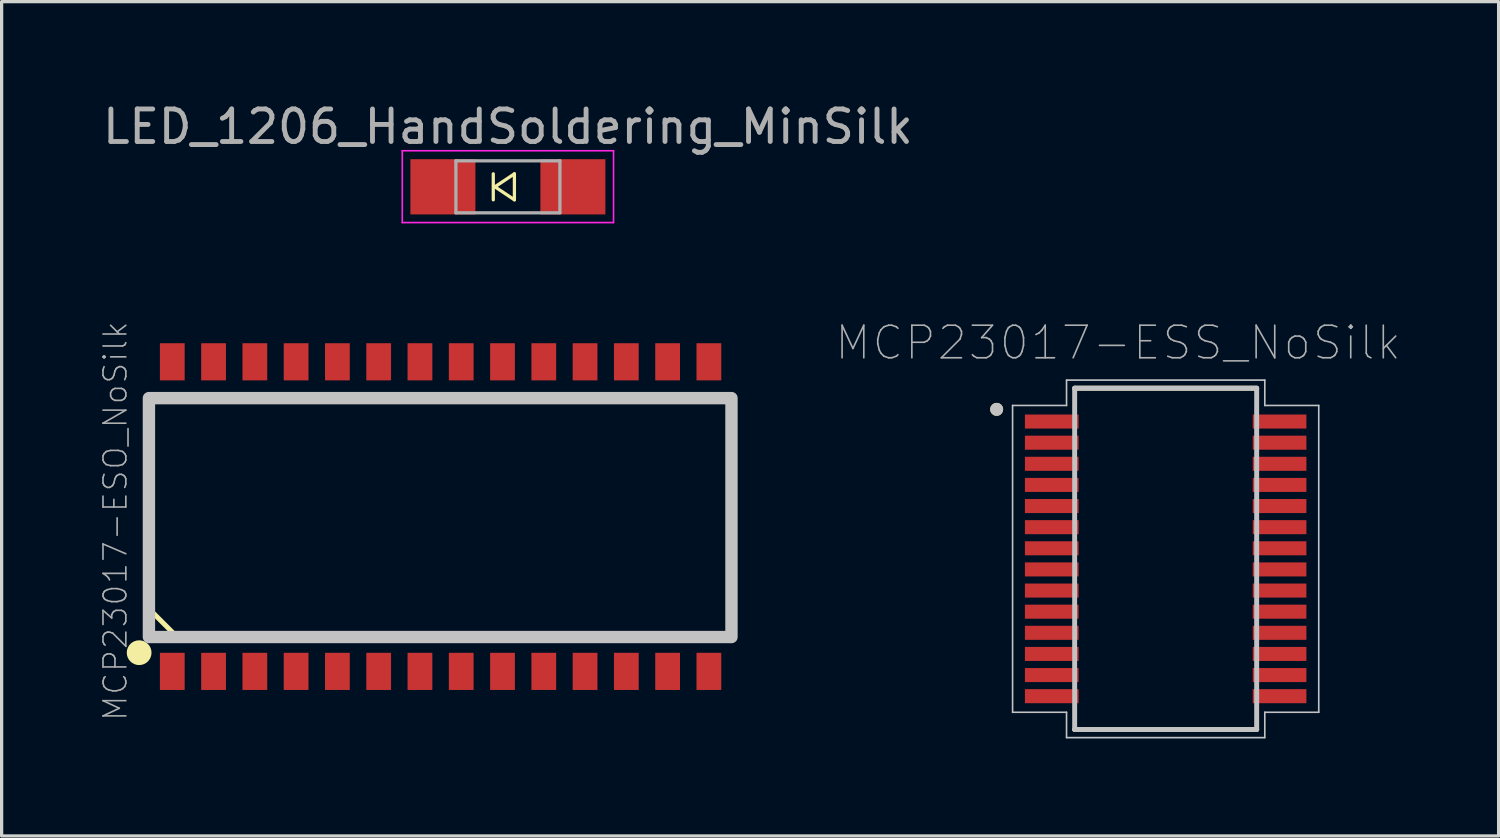
<source format=kicad_pcb>
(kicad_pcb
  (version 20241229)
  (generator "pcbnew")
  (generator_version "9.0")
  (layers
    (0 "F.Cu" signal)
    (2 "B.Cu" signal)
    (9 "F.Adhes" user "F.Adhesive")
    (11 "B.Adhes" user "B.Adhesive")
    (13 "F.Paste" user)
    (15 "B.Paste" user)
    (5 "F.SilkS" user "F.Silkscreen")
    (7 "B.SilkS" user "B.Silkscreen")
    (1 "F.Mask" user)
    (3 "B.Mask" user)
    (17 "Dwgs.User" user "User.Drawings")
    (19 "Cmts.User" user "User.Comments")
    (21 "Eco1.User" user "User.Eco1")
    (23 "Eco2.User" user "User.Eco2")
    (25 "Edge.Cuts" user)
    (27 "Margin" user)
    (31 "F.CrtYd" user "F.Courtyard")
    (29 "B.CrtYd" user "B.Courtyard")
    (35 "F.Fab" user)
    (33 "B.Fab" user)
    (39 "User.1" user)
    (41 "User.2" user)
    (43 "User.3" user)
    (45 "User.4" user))
  (footprint "MCP23017-ESS_NoSilk"
    (layer "F.Cu")
    (at 32.815 14.145)
    (property "Reference" "MCP23017-ESS_NoSilk" (at -1.463 -6.648 0) (layer "F.Fab") (effects (font (size 1.002 1.002) (thickness 0.05))))
    (attr smd)
    (fp_line (start -2.8 -5.25) (end 2.8 -5.25) (stroke (width 0.152) (type solid)) (layer "F.SilkS"))
    (fp_line (start 2.8 5.25) (end -2.8 5.25) (stroke (width 0.152) (type solid)) (layer "F.SilkS"))
    (fp_circle (center -5.2 -4.6) (end -5.1 -4.6) (stroke (width 0.2) (type solid)) (fill no) (layer "F.SilkS"))
    (fp_line (start -4.71 -4.72) (end -3.05 -4.72) (stroke (width 0.05) (type solid)) (layer "Dwgs.User"))
    (fp_line (start -4.71 4.72) (end -4.71 -4.72) (stroke (width 0.05) (type solid)) (layer "Dwgs.User"))
    (fp_line (start -3.05 -5.5) (end 3.05 -5.5) (stroke (width 0.05) (type solid)) (layer "Dwgs.User"))
    (fp_line (start -3.05 -4.72) (end -3.05 -5.5) (stroke (width 0.05) (type solid)) (layer "Dwgs.User"))
    (fp_line (start -3.05 4.72) (end -4.71 4.72) (stroke (width 0.05) (type solid)) (layer "Dwgs.User"))
    (fp_line (start -3.05 5.5) (end -3.05 4.72) (stroke (width 0.05) (type solid)) (layer "Dwgs.User"))
    (fp_line (start -2.8 -5.25) (end 2.8 -5.25) (stroke (width 0.152) (type solid)) (layer "Dwgs.User"))
    (fp_line (start -2.8 5.25) (end -2.8 -5.25) (stroke (width 0.152) (type solid)) (layer "Dwgs.User"))
    (fp_line (start 2.8 -5.25) (end 2.8 5.25) (stroke (width 0.152) (type solid)) (layer "Dwgs.User"))
    (fp_line (start 2.8 5.25) (end -2.8 5.25) (stroke (width 0.152) (type solid)) (layer "Dwgs.User"))
    (fp_line (start 3.05 -5.5) (end 3.05 -4.72) (stroke (width 0.05) (type solid)) (layer "Dwgs.User"))
    (fp_line (start 3.05 -4.72) (end 4.71 -4.72) (stroke (width 0.05) (type solid)) (layer "Dwgs.User"))
    (fp_line (start 3.05 4.72) (end 3.05 5.5) (stroke (width 0.05) (type solid)) (layer "Dwgs.User"))
    (fp_line (start 3.05 5.5) (end -3.05 5.5) (stroke (width 0.05) (type solid)) (layer "Dwgs.User"))
    (fp_line (start 4.71 -4.72) (end 4.71 4.72) (stroke (width 0.05) (type solid)) (layer "Dwgs.User"))
    (fp_line (start 4.71 4.72) (end 3.05 4.72) (stroke (width 0.05) (type solid)) (layer "Dwgs.User"))
    (fp_circle (center -5.2 -4.6) (end -5.1 -4.6) (stroke (width 0.2) (type solid)) (fill no) (layer "Dwgs.User"))
    (pad "1" smd rect (at -3.505 -4.225) (size 1.651 0.432) (layers "F.Cu" "F.Mask" "F.Paste"))
    (pad "2" smd rect (at -3.505 -3.575) (size 1.651 0.432) (layers "F.Cu" "F.Mask" "F.Paste"))
    (pad "3" smd rect (at -3.505 -2.925) (size 1.651 0.432) (layers "F.Cu" "F.Mask" "F.Paste"))
    (pad "4" smd rect (at -3.505 -2.275) (size 1.651 0.432) (layers "F.Cu" "F.Mask" "F.Paste"))
    (pad "5" smd rect (at -3.505 -1.625) (size 1.651 0.432) (layers "F.Cu" "F.Mask" "F.Paste"))
    (pad "6" smd rect (at -3.505 -0.975) (size 1.651 0.432) (layers "F.Cu" "F.Mask" "F.Paste"))
    (pad "7" smd rect (at -3.505 -0.325) (size 1.651 0.432) (layers "F.Cu" "F.Mask" "F.Paste"))
    (pad "8" smd rect (at -3.505 0.325) (size 1.651 0.432) (layers "F.Cu" "F.Mask" "F.Paste"))
    (pad "9" smd rect (at -3.505 0.975) (size 1.651 0.432) (layers "F.Cu" "F.Mask" "F.Paste"))
    (pad "10" smd rect (at -3.505 1.625) (size 1.651 0.432) (layers "F.Cu" "F.Mask" "F.Paste"))
    (pad "11" smd rect (at -3.505 2.275) (size 1.651 0.432) (layers "F.Cu" "F.Mask" "F.Paste"))
    (pad "12" smd rect (at -3.505 2.925) (size 1.651 0.432) (layers "F.Cu" "F.Mask" "F.Paste"))
    (pad "13" smd rect (at -3.505 3.575) (size 1.651 0.432) (layers "F.Cu" "F.Mask" "F.Paste"))
    (pad "14" smd rect (at -3.505 4.225) (size 1.651 0.432) (layers "F.Cu" "F.Mask" "F.Paste"))
    (pad "15" smd rect (at 3.505 4.225) (size 1.651 0.432) (layers "F.Cu" "F.Mask" "F.Paste"))
    (pad "16" smd rect (at 3.505 3.575) (size 1.651 0.432) (layers "F.Cu" "F.Mask" "F.Paste"))
    (pad "17" smd rect (at 3.505 2.925) (size 1.651 0.432) (layers "F.Cu" "F.Mask" "F.Paste"))
    (pad "18" smd rect (at 3.505 2.275) (size 1.651 0.432) (layers "F.Cu" "F.Mask" "F.Paste"))
    (pad "19" smd rect (at 3.505 1.625) (size 1.651 0.432) (layers "F.Cu" "F.Mask" "F.Paste"))
    (pad "20" smd rect (at 3.505 0.975) (size 1.651 0.432) (layers "F.Cu" "F.Mask" "F.Paste"))
    (pad "21" smd rect (at 3.505 0.325) (size 1.651 0.432) (layers "F.Cu" "F.Mask" "F.Paste"))
    (pad "22" smd rect (at 3.505 -0.325) (size 1.651 0.432) (layers "F.Cu" "F.Mask" "F.Paste"))
    (pad "23" smd rect (at 3.505 -0.975) (size 1.651 0.432) (layers "F.Cu" "F.Mask" "F.Paste"))
    (pad "24" smd rect (at 3.505 -1.625) (size 1.651 0.432) (layers "F.Cu" "F.Mask" "F.Paste"))
    (pad "25" smd rect (at 3.505 -2.275) (size 1.651 0.432) (layers "F.Cu" "F.Mask" "F.Paste"))
    (pad "26" smd rect (at 3.505 -2.925) (size 1.651 0.432) (layers "F.Cu" "F.Mask" "F.Paste"))
    (pad "27" smd rect (at 3.505 -3.575) (size 1.651 0.432) (layers "F.Cu" "F.Mask" "F.Paste"))
    (pad "28" smd rect (at 3.505 -4.225) (size 1.651 0.432) (layers "F.Cu" "F.Mask" "F.Paste")))
  (footprint "MCP23017-ESO_NoSilk"
    (layer "F.Cu")
    (at 10.506 12.857)
    (property "Reference" "MCP23017-ESO_NoSilk" (at -10.007 0.127 90) (layer "F.Fab") (effects (font (size 0.703 0.703) (thickness 0.05))))
    (attr smd)
    (fp_line (start -8.95 -3.75) (end -8.95 2.848) (stroke (width 0.152) (type solid)) (layer "F.SilkS"))
    (fp_line (start -8.95 2.848) (end -8.048 3.75) (stroke (width 0.152) (type solid)) (layer "F.SilkS"))
    (fp_line (start -8.048 3.75) (end 8.95 3.75) (stroke (width 0.152) (type solid)) (layer "F.SilkS"))
    (fp_line (start 8.95 -3.75) (end -8.95 -3.75) (stroke (width 0.152) (type solid)) (layer "F.SilkS"))
    (fp_line (start 8.95 3.75) (end 8.95 -3.75) (stroke (width 0.152) (type solid)) (layer "F.SilkS"))
    (fp_circle (center -9.275 4.175) (end -8.894 4.175) (stroke (width 0) (type solid)) (fill yes) (layer "F.SilkS"))
    (fp_poly (pts (xy -8.974 -3.658) (xy 8.95 -3.658) (xy 8.95 3.693) (xy -8.974 3.693)) (stroke (width 0.381) (type solid)) (fill no) (layer "Dwgs.User"))
    (pad "1" smd rect (at -8.255 4.75) (size 0.762 1.143) (layers "F.Cu" "F.Mask" "F.Paste"))
    (pad "2" smd rect (at -6.985 4.75) (size 0.762 1.143) (layers "F.Cu" "F.Mask" "F.Paste"))
    (pad "3" smd rect (at -5.715 4.75) (size 0.762 1.143) (layers "F.Cu" "F.Mask" "F.Paste"))
    (pad "4" smd rect (at -4.445 4.75) (size 0.762 1.143) (layers "F.Cu" "F.Mask" "F.Paste"))
    (pad "5" smd rect (at -3.175 4.75) (size 0.762 1.143) (layers "F.Cu" "F.Mask" "F.Paste"))
    (pad "6" smd rect (at -1.905 4.75) (size 0.762 1.143) (layers "F.Cu" "F.Mask" "F.Paste"))
    (pad "7" smd rect (at -0.635 4.75) (size 0.762 1.143) (layers "F.Cu" "F.Mask" "F.Paste"))
    (pad "8" smd rect (at 0.635 4.75) (size 0.762 1.143) (layers "F.Cu" "F.Mask" "F.Paste"))
    (pad "9" smd rect (at 1.905 4.75) (size 0.762 1.143) (layers "F.Cu" "F.Mask" "F.Paste"))
    (pad "10" smd rect (at 3.175 4.75) (size 0.762 1.143) (layers "F.Cu" "F.Mask" "F.Paste"))
    (pad "11" smd rect (at 4.445 4.75) (size 0.762 1.143) (layers "F.Cu" "F.Mask" "F.Paste"))
    (pad "12" smd rect (at 5.715 4.75) (size 0.762 1.143) (layers "F.Cu" "F.Mask" "F.Paste"))
    (pad "13" smd rect (at 6.985 4.75) (size 0.762 1.143) (layers "F.Cu" "F.Mask" "F.Paste"))
    (pad "14" smd rect (at 8.255 4.75) (size 0.762 1.143) (layers "F.Cu" "F.Mask" "F.Paste"))
    (pad "15" smd rect (at 8.255 -4.775) (size 0.762 1.143) (layers "F.Cu" "F.Mask" "F.Paste"))
    (pad "16" smd rect (at 6.985 -4.775) (size 0.762 1.143) (layers "F.Cu" "F.Mask" "F.Paste"))
    (pad "17" smd rect (at 5.715 -4.775) (size 0.762 1.143) (layers "F.Cu" "F.Mask" "F.Paste"))
    (pad "18" smd rect (at 4.445 -4.775) (size 0.762 1.143) (layers "F.Cu" "F.Mask" "F.Paste"))
    (pad "19" smd rect (at 3.175 -4.775) (size 0.762 1.143) (layers "F.Cu" "F.Mask" "F.Paste"))
    (pad "20" smd rect (at 1.905 -4.775) (size 0.762 1.143) (layers "F.Cu" "F.Mask" "F.Paste"))
    (pad "21" smd rect (at 0.635 -4.775) (size 0.762 1.143) (layers "F.Cu" "F.Mask" "F.Paste"))
    (pad "22" smd rect (at -0.635 -4.775) (size 0.762 1.143) (layers "F.Cu" "F.Mask" "F.Paste"))
    (pad "23" smd rect (at -1.905 -4.775) (size 0.762 1.143) (layers "F.Cu" "F.Mask" "F.Paste"))
    (pad "24" smd rect (at -3.175 -4.775) (size 0.762 1.143) (layers "F.Cu" "F.Mask" "F.Paste"))
    (pad "25" smd rect (at -4.445 -4.775) (size 0.762 1.143) (layers "F.Cu" "F.Mask" "F.Paste"))
    (pad "26" smd rect (at -5.715 -4.775) (size 0.762 1.143) (layers "F.Cu" "F.Mask" "F.Paste"))
    (pad "27" smd rect (at -6.985 -4.775) (size 0.762 1.143) (layers "F.Cu" "F.Mask" "F.Paste"))
    (pad "28" smd rect (at -8.255 -4.775) (size 0.762 1.143) (layers "F.Cu" "F.Mask" "F.Paste")))
  (footprint "LED_1206_HandSoldering_MinSilk"
    (layer "F.Cu")
    (at 12.577 2.698)
    (property "Reference" "LED_1206_HandSoldering_MinSilk" (at 0 -1.85 0) (layer "F.Fab") (effects (font (size 1 1) (thickness 0.15))))
    (attr smd)
    (fp_line (start -0.45 -0.4) (end -0.45 0.4) (stroke (width 0.1) (type solid)) (layer "F.SilkS"))
    (fp_line (start -0.4 0) (end 0.2 -0.4) (stroke (width 0.1) (type solid)) (layer "F.SilkS"))
    (fp_line (start 0.2 -0.4) (end 0.2 0.4) (stroke (width 0.1) (type solid)) (layer "F.SilkS"))
    (fp_line (start 0.2 0.4) (end -0.4 0) (stroke (width 0.1) (type solid)) (layer "F.SilkS"))
    (fp_line (start -3.25 -1.11) (end -3.25 1.1) (stroke (width 0.05) (type solid)) (layer "F.CrtYd"))
    (fp_line (start -3.25 -1.11) (end 3.25 -1.11) (stroke (width 0.05) (type solid)) (layer "F.CrtYd"))
    (fp_line (start 3.25 1.1) (end -3.25 1.1) (stroke (width 0.05) (type solid)) (layer "F.CrtYd"))
    (fp_line (start 3.25 1.1) (end 3.25 -1.11) (stroke (width 0.05) (type solid)) (layer "F.CrtYd"))
    (fp_line (start -1.6 -0.8) (end 1.6 -0.8) (stroke (width 0.1) (type solid)) (layer "F.Fab"))
    (fp_line (start -1.6 0.8) (end -1.6 -0.8) (stroke (width 0.1) (type solid)) (layer "F.Fab"))
    (fp_line (start 1.6 -0.8) (end 1.6 0.8) (stroke (width 0.1) (type solid)) (layer "F.Fab"))
    (fp_line (start 1.6 0.8) (end -1.6 0.8) (stroke (width 0.1) (type solid)) (layer "F.Fab"))
    (pad "1" smd rect (at -2 0) (size 2 1.7) (layers "F.Cu" "F.Mask" "F.Paste"))
    (pad "2" smd rect (at 2 0) (size 2 1.7) (layers "F.Cu" "F.Mask" "F.Paste")))
  (gr_rect
    (start -3 -3)
    (end 43.059 22.67)
    (stroke (width 0.1) (type default))
    (fill no)
    (layer "Edge.Cuts")))
</source>
